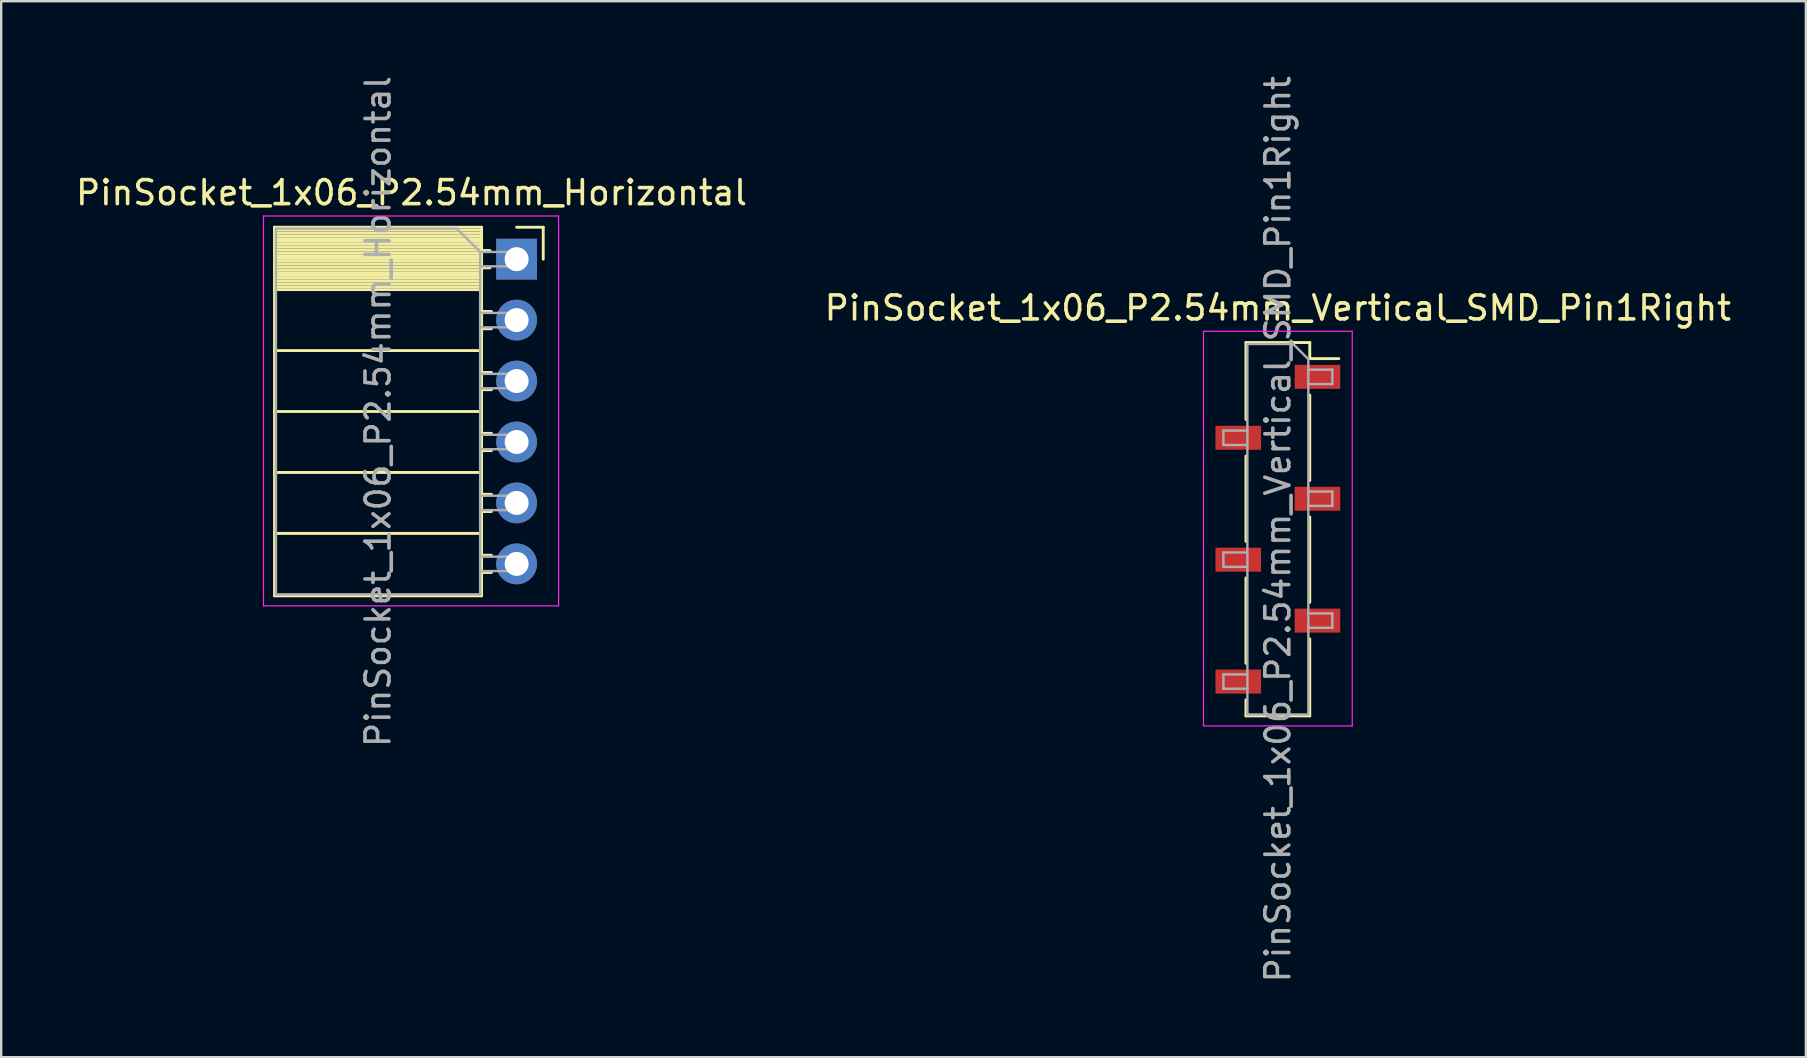
<source format=kicad_pcb>
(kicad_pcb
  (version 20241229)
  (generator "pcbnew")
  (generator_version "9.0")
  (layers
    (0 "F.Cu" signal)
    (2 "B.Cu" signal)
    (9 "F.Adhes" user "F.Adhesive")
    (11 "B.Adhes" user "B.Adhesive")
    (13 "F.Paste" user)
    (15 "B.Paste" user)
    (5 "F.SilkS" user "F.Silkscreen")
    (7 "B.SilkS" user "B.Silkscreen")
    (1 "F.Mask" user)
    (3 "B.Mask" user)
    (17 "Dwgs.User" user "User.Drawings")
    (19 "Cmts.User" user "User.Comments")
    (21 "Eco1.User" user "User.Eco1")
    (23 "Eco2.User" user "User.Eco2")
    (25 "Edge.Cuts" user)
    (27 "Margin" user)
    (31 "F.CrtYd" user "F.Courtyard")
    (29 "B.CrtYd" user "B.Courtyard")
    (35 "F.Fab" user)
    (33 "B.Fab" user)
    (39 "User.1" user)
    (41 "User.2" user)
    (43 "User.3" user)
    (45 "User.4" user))
  (footprint "PinSocket_1x06_P2.54mm_Horizontal"
    (layer "F.Cu")
    (at 18.481 7.751)
    (property "Reference" "PinSocket_1x06_P2.54mm_Horizontal" (at -4.38 -2.77 0) (layer "F.SilkS") (effects (font (size 1 1) (thickness 0.15))))
    (attr through_hole)
    (fp_line (start -10.09 -1.33) (end -10.09 14.03) (stroke (width 0.12) (type solid)) (layer "F.SilkS"))
    (fp_line (start -10.09 -1.33) (end -1.46 -1.33) (stroke (width 0.12) (type solid)) (layer "F.SilkS"))
    (fp_line (start -10.09 -1.21) (end -1.46 -1.21) (stroke (width 0.12) (type solid)) (layer "F.SilkS"))
    (fp_line (start -10.09 -1.092) (end -1.46 -1.092) (stroke (width 0.12) (type solid)) (layer "F.SilkS"))
    (fp_line (start -10.09 -0.974) (end -1.46 -0.974) (stroke (width 0.12) (type solid)) (layer "F.SilkS"))
    (fp_line (start -10.09 -0.856) (end -1.46 -0.856) (stroke (width 0.12) (type solid)) (layer "F.SilkS"))
    (fp_line (start -10.09 -0.738) (end -1.46 -0.738) (stroke (width 0.12) (type solid)) (layer "F.SilkS"))
    (fp_line (start -10.09 -0.62) (end -1.46 -0.62) (stroke (width 0.12) (type solid)) (layer "F.SilkS"))
    (fp_line (start -10.09 -0.501) (end -1.46 -0.501) (stroke (width 0.12) (type solid)) (layer "F.SilkS"))
    (fp_line (start -10.09 -0.383) (end -1.46 -0.383) (stroke (width 0.12) (type solid)) (layer "F.SilkS"))
    (fp_line (start -10.09 -0.265) (end -1.46 -0.265) (stroke (width 0.12) (type solid)) (layer "F.SilkS"))
    (fp_line (start -10.09 -0.147) (end -1.46 -0.147) (stroke (width 0.12) (type solid)) (layer "F.SilkS"))
    (fp_line (start -10.09 -0.029) (end -1.46 -0.029) (stroke (width 0.12) (type solid)) (layer "F.SilkS"))
    (fp_line (start -10.09 0.089) (end -1.46 0.089) (stroke (width 0.12) (type solid)) (layer "F.SilkS"))
    (fp_line (start -10.09 0.207) (end -1.46 0.207) (stroke (width 0.12) (type solid)) (layer "F.SilkS"))
    (fp_line (start -10.09 0.325) (end -1.46 0.325) (stroke (width 0.12) (type solid)) (layer "F.SilkS"))
    (fp_line (start -10.09 0.443) (end -1.46 0.443) (stroke (width 0.12) (type solid)) (layer "F.SilkS"))
    (fp_line (start -10.09 0.561) (end -1.46 0.561) (stroke (width 0.12) (type solid)) (layer "F.SilkS"))
    (fp_line (start -10.09 0.68) (end -1.46 0.68) (stroke (width 0.12) (type solid)) (layer "F.SilkS"))
    (fp_line (start -10.09 0.798) (end -1.46 0.798) (stroke (width 0.12) (type solid)) (layer "F.SilkS"))
    (fp_line (start -10.09 0.916) (end -1.46 0.916) (stroke (width 0.12) (type solid)) (layer "F.SilkS"))
    (fp_line (start -10.09 1.034) (end -1.46 1.034) (stroke (width 0.12) (type solid)) (layer "F.SilkS"))
    (fp_line (start -10.09 1.152) (end -1.46 1.152) (stroke (width 0.12) (type solid)) (layer "F.SilkS"))
    (fp_line (start -10.09 1.27) (end -1.46 1.27) (stroke (width 0.12) (type solid)) (layer "F.SilkS"))
    (fp_line (start -10.09 3.81) (end -1.46 3.81) (stroke (width 0.12) (type solid)) (layer "F.SilkS"))
    (fp_line (start -10.09 6.35) (end -1.46 6.35) (stroke (width 0.12) (type solid)) (layer "F.SilkS"))
    (fp_line (start -10.09 8.89) (end -1.46 8.89) (stroke (width 0.12) (type solid)) (layer "F.SilkS"))
    (fp_line (start -10.09 11.43) (end -1.46 11.43) (stroke (width 0.12) (type solid)) (layer "F.SilkS"))
    (fp_line (start -10.09 14.03) (end -1.46 14.03) (stroke (width 0.12) (type solid)) (layer "F.SilkS"))
    (fp_line (start -1.46 -1.33) (end -1.46 14.03) (stroke (width 0.12) (type solid)) (layer "F.SilkS"))
    (fp_line (start -1.46 -0.36) (end -1.11 -0.36) (stroke (width 0.12) (type solid)) (layer "F.SilkS"))
    (fp_line (start -1.46 0.36) (end -1.11 0.36) (stroke (width 0.12) (type solid)) (layer "F.SilkS"))
    (fp_line (start -1.46 2.18) (end -1.05 2.18) (stroke (width 0.12) (type solid)) (layer "F.SilkS"))
    (fp_line (start -1.46 2.9) (end -1.05 2.9) (stroke (width 0.12) (type solid)) (layer "F.SilkS"))
    (fp_line (start -1.46 4.72) (end -1.05 4.72) (stroke (width 0.12) (type solid)) (layer "F.SilkS"))
    (fp_line (start -1.46 5.44) (end -1.05 5.44) (stroke (width 0.12) (type solid)) (layer "F.SilkS"))
    (fp_line (start -1.46 7.26) (end -1.05 7.26) (stroke (width 0.12) (type solid)) (layer "F.SilkS"))
    (fp_line (start -1.46 7.98) (end -1.05 7.98) (stroke (width 0.12) (type solid)) (layer "F.SilkS"))
    (fp_line (start -1.46 9.8) (end -1.05 9.8) (stroke (width 0.12) (type solid)) (layer "F.SilkS"))
    (fp_line (start -1.46 10.52) (end -1.05 10.52) (stroke (width 0.12) (type solid)) (layer "F.SilkS"))
    (fp_line (start -1.46 12.34) (end -1.05 12.34) (stroke (width 0.12) (type solid)) (layer "F.SilkS"))
    (fp_line (start -1.46 13.06) (end -1.05 13.06) (stroke (width 0.12) (type solid)) (layer "F.SilkS"))
    (fp_line (start 0 -1.33) (end 1.11 -1.33) (stroke (width 0.12) (type solid)) (layer "F.SilkS"))
    (fp_line (start 1.11 -1.33) (end 1.11 0) (stroke (width 0.12) (type solid)) (layer "F.SilkS"))
    (fp_line (start -10.55 -1.8) (end -10.55 14.45) (stroke (width 0.05) (type solid)) (layer "F.CrtYd"))
    (fp_line (start -10.55 14.45) (end 1.75 14.45) (stroke (width 0.05) (type solid)) (layer "F.CrtYd"))
    (fp_line (start 1.75 -1.8) (end -10.55 -1.8) (stroke (width 0.05) (type solid)) (layer "F.CrtYd"))
    (fp_line (start 1.75 14.45) (end 1.75 -1.8) (stroke (width 0.05) (type solid)) (layer "F.CrtYd"))
    (fp_line (start -10.03 -1.27) (end -2.49 -1.27) (stroke (width 0.1) (type solid)) (layer "F.Fab"))
    (fp_line (start -10.03 13.97) (end -10.03 -1.27) (stroke (width 0.1) (type solid)) (layer "F.Fab"))
    (fp_line (start -2.49 -1.27) (end -1.52 -0.3) (stroke (width 0.1) (type solid)) (layer "F.Fab"))
    (fp_line (start -1.52 -0.3) (end -1.52 13.97) (stroke (width 0.1) (type solid)) (layer "F.Fab"))
    (fp_line (start -1.52 0.3) (end 0 0.3) (stroke (width 0.1) (type solid)) (layer "F.Fab"))
    (fp_line (start -1.52 2.84) (end 0 2.84) (stroke (width 0.1) (type solid)) (layer "F.Fab"))
    (fp_line (start -1.52 5.38) (end 0 5.38) (stroke (width 0.1) (type solid)) (layer "F.Fab"))
    (fp_line (start -1.52 7.92) (end 0 7.92) (stroke (width 0.1) (type solid)) (layer "F.Fab"))
    (fp_line (start -1.52 10.46) (end 0 10.46) (stroke (width 0.1) (type solid)) (layer "F.Fab"))
    (fp_line (start -1.52 13) (end 0 13) (stroke (width 0.1) (type solid)) (layer "F.Fab"))
    (fp_line (start -1.52 13.97) (end -10.03 13.97) (stroke (width 0.1) (type solid)) (layer "F.Fab"))
    (fp_line (start 0 -0.3) (end -1.52 -0.3) (stroke (width 0.1) (type solid)) (layer "F.Fab"))
    (fp_line (start 0 0.3) (end 0 -0.3) (stroke (width 0.1) (type solid)) (layer "F.Fab"))
    (fp_line (start 0 2.24) (end -1.52 2.24) (stroke (width 0.1) (type solid)) (layer "F.Fab"))
    (fp_line (start 0 2.84) (end 0 2.24) (stroke (width 0.1) (type solid)) (layer "F.Fab"))
    (fp_line (start 0 4.78) (end -1.52 4.78) (stroke (width 0.1) (type solid)) (layer "F.Fab"))
    (fp_line (start 0 5.38) (end 0 4.78) (stroke (width 0.1) (type solid)) (layer "F.Fab"))
    (fp_line (start 0 7.32) (end -1.52 7.32) (stroke (width 0.1) (type solid)) (layer "F.Fab"))
    (fp_line (start 0 7.92) (end 0 7.32) (stroke (width 0.1) (type solid)) (layer "F.Fab"))
    (fp_line (start 0 9.86) (end -1.52 9.86) (stroke (width 0.1) (type solid)) (layer "F.Fab"))
    (fp_line (start 0 10.46) (end 0 9.86) (stroke (width 0.1) (type solid)) (layer "F.Fab"))
    (fp_line (start 0 12.4) (end -1.52 12.4) (stroke (width 0.1) (type solid)) (layer "F.Fab"))
    (fp_line (start 0 13) (end 0 12.4) (stroke (width 0.1) (type solid)) (layer "F.Fab"))
    (fp_text user "${REFERENCE}" (at -5.775 6.35 90) (layer "F.Fab") (effects (font (size 1 1) (thickness 0.15))))
    (pad "1" thru_hole rect (at 0 0) (size 1.7 1.7) (drill 1) (layers "*.Cu" "*.Mask"))
    (pad "2" thru_hole oval (at 0 2.54) (size 1.7 1.7) (drill 1) (layers "*.Cu" "*.Mask"))
    (pad "3" thru_hole oval (at 0 5.08) (size 1.7 1.7) (drill 1) (layers "*.Cu" "*.Mask"))
    (pad "4" thru_hole oval (at 0 7.62) (size 1.7 1.7) (drill 1) (layers "*.Cu" "*.Mask"))
    (pad "5" thru_hole oval (at 0 10.16) (size 1.7 1.7) (drill 1) (layers "*.Cu" "*.Mask"))
    (pad "6" thru_hole oval (at 0 12.7) (size 1.7 1.7) (drill 1) (layers "*.Cu" "*.Mask")))
  (footprint "PinSocket_1x06_P2.54mm_Vertical_SMD_Pin1Right"
    (layer "F.Cu")
    (at 50.208 19.006)
    (property "Reference" "PinSocket_1x06_P2.54mm_Vertical_SMD_Pin1Right" (at 0 -9.22 0) (layer "F.SilkS") (effects (font (size 1 1) (thickness 0.15))))
    (attr smd)
    (fp_line (start -1.33 -7.78) (end -1.33 -4.57) (stroke (width 0.12) (type solid)) (layer "F.SilkS"))
    (fp_line (start -1.33 -7.78) (end 1.33 -7.78) (stroke (width 0.12) (type solid)) (layer "F.SilkS"))
    (fp_line (start -1.33 -3.05) (end -1.33 0.51) (stroke (width 0.12) (type solid)) (layer "F.SilkS"))
    (fp_line (start -1.33 2.03) (end -1.33 5.59) (stroke (width 0.12) (type solid)) (layer "F.SilkS"))
    (fp_line (start -1.33 7.11) (end -1.33 7.78) (stroke (width 0.12) (type solid)) (layer "F.SilkS"))
    (fp_line (start -1.33 7.78) (end 1.33 7.78) (stroke (width 0.12) (type solid)) (layer "F.SilkS"))
    (fp_line (start 1.33 -7.78) (end 1.33 -7.11) (stroke (width 0.12) (type solid)) (layer "F.SilkS"))
    (fp_line (start 1.33 -7.11) (end 2.54 -7.11) (stroke (width 0.12) (type solid)) (layer "F.SilkS"))
    (fp_line (start 1.33 -5.59) (end 1.33 -2.03) (stroke (width 0.12) (type solid)) (layer "F.SilkS"))
    (fp_line (start 1.33 -0.51) (end 1.33 3.05) (stroke (width 0.12) (type solid)) (layer "F.SilkS"))
    (fp_line (start 1.33 4.57) (end 1.33 7.78) (stroke (width 0.12) (type solid)) (layer "F.SilkS"))
    (fp_line (start -3.1 -8.25) (end 3.1 -8.25) (stroke (width 0.05) (type solid)) (layer "F.CrtYd"))
    (fp_line (start -3.1 8.2) (end -3.1 -8.25) (stroke (width 0.05) (type solid)) (layer "F.CrtYd"))
    (fp_line (start 3.1 -8.25) (end 3.1 8.2) (stroke (width 0.05) (type solid)) (layer "F.CrtYd"))
    (fp_line (start 3.1 8.2) (end -3.1 8.2) (stroke (width 0.05) (type solid)) (layer "F.CrtYd"))
    (fp_line (start -2.27 -4.11) (end -1.27 -4.11) (stroke (width 0.1) (type solid)) (layer "F.Fab"))
    (fp_line (start -2.27 -3.51) (end -2.27 -4.11) (stroke (width 0.1) (type solid)) (layer "F.Fab"))
    (fp_line (start -2.27 0.97) (end -1.27 0.97) (stroke (width 0.1) (type solid)) (layer "F.Fab"))
    (fp_line (start -2.27 1.57) (end -2.27 0.97) (stroke (width 0.1) (type solid)) (layer "F.Fab"))
    (fp_line (start -2.27 6.05) (end -1.27 6.05) (stroke (width 0.1) (type solid)) (layer "F.Fab"))
    (fp_line (start -2.27 6.65) (end -2.27 6.05) (stroke (width 0.1) (type solid)) (layer "F.Fab"))
    (fp_line (start -1.27 -7.72) (end 0.635 -7.72) (stroke (width 0.1) (type solid)) (layer "F.Fab"))
    (fp_line (start -1.27 -3.51) (end -2.27 -3.51) (stroke (width 0.1) (type solid)) (layer "F.Fab"))
    (fp_line (start -1.27 1.57) (end -2.27 1.57) (stroke (width 0.1) (type solid)) (layer "F.Fab"))
    (fp_line (start -1.27 6.65) (end -2.27 6.65) (stroke (width 0.1) (type solid)) (layer "F.Fab"))
    (fp_line (start -1.27 7.72) (end -1.27 -7.72) (stroke (width 0.1) (type solid)) (layer "F.Fab"))
    (fp_line (start 0.635 -7.72) (end 1.27 -7.085) (stroke (width 0.1) (type solid)) (layer "F.Fab"))
    (fp_line (start 1.27 -7.085) (end 1.27 7.72) (stroke (width 0.1) (type solid)) (layer "F.Fab"))
    (fp_line (start 1.27 -6.65) (end 2.27 -6.65) (stroke (width 0.1) (type solid)) (layer "F.Fab"))
    (fp_line (start 1.27 -1.57) (end 2.27 -1.57) (stroke (width 0.1) (type solid)) (layer "F.Fab"))
    (fp_line (start 1.27 3.51) (end 2.27 3.51) (stroke (width 0.1) (type solid)) (layer "F.Fab"))
    (fp_line (start 1.27 7.72) (end -1.27 7.72) (stroke (width 0.1) (type solid)) (layer "F.Fab"))
    (fp_line (start 2.27 -6.65) (end 2.27 -6.05) (stroke (width 0.1) (type solid)) (layer "F.Fab"))
    (fp_line (start 2.27 -6.05) (end 1.27 -6.05) (stroke (width 0.1) (type solid)) (layer "F.Fab"))
    (fp_line (start 2.27 -1.57) (end 2.27 -0.97) (stroke (width 0.1) (type solid)) (layer "F.Fab"))
    (fp_line (start 2.27 -0.97) (end 1.27 -0.97) (stroke (width 0.1) (type solid)) (layer "F.Fab"))
    (fp_line (start 2.27 3.51) (end 2.27 4.11) (stroke (width 0.1) (type solid)) (layer "F.Fab"))
    (fp_line (start 2.27 4.11) (end 1.27 4.11) (stroke (width 0.1) (type solid)) (layer "F.Fab"))
    (fp_text user "${REFERENCE}" (at 0 0 90) (layer "F.Fab") (effects (font (size 1 1) (thickness 0.15))))
    (pad "1" smd rect (at 1.65 -6.35) (size 1.9 1) (layers "F.Cu" "F.Mask" "F.Paste"))
    (pad "2" smd rect (at -1.65 -3.81) (size 1.9 1) (layers "F.Cu" "F.Mask" "F.Paste"))
    (pad "3" smd rect (at 1.65 -1.27) (size 1.9 1) (layers "F.Cu" "F.Mask" "F.Paste"))
    (pad "4" smd rect (at -1.65 1.27) (size 1.9 1) (layers "F.Cu" "F.Mask" "F.Paste"))
    (pad "5" smd rect (at 1.65 3.81) (size 1.9 1) (layers "F.Cu" "F.Mask" "F.Paste"))
    (pad "6" smd rect (at -1.65 6.35) (size 1.9 1) (layers "F.Cu" "F.Mask" "F.Paste")))
  (gr_rect
    (start -3 -3)
    (end 72.214 41.012)
    (stroke (width 0.1) (type default))
    (fill no)
    (layer "Edge.Cuts")))
</source>
